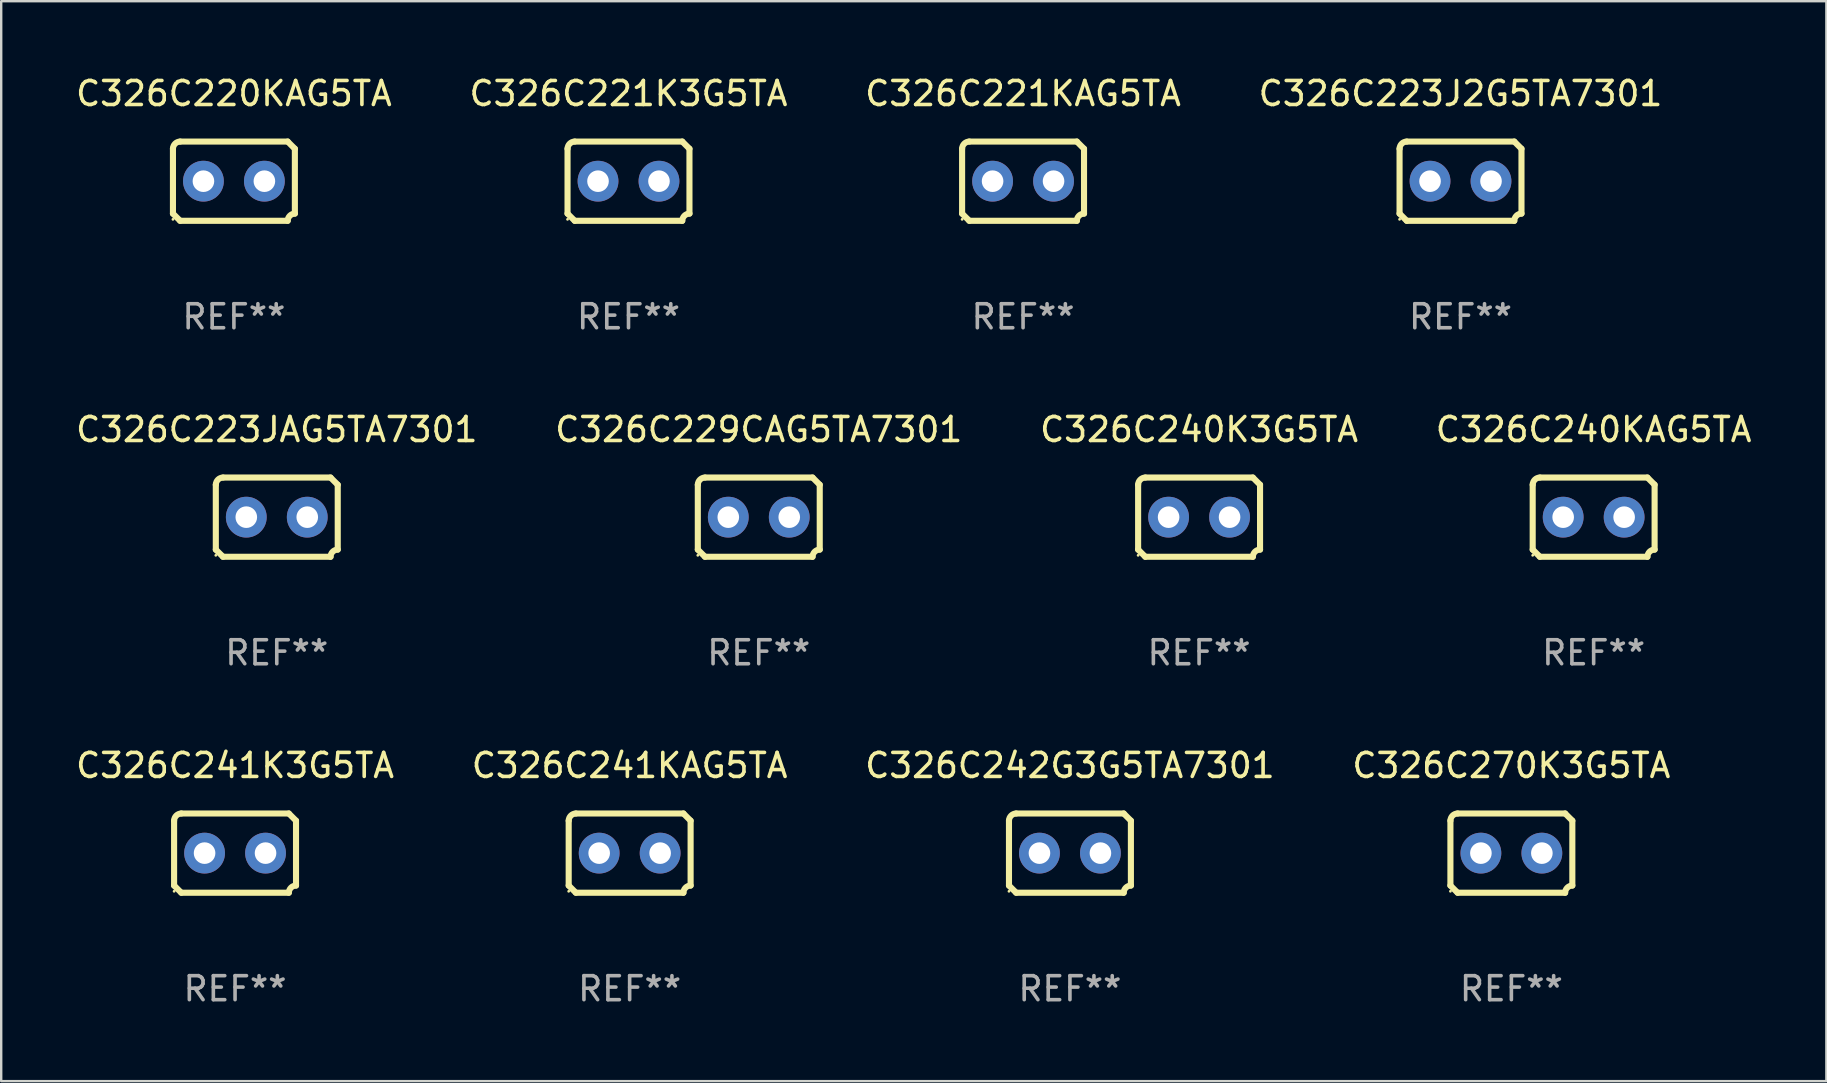
<source format=kicad_pcb>
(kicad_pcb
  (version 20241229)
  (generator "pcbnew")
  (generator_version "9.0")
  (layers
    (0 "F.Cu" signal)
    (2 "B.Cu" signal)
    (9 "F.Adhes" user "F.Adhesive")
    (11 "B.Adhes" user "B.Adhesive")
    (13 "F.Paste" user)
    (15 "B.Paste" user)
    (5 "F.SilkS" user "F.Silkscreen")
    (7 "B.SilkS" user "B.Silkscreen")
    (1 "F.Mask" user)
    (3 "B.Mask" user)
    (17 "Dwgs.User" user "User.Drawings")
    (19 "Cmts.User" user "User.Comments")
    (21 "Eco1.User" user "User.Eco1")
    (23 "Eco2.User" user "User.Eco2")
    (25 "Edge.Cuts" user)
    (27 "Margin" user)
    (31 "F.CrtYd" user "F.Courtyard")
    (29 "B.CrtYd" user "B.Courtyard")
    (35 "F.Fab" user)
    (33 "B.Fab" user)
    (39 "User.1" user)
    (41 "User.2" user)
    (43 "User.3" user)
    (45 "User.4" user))
  (footprint "C326C240KAG5TA"
    (layer "F.Cu")
    (at 63.351 18.498)
    (property "Reference" "C326C240KAG5TA" (at 0 -3.651 0) (layer "F.SilkS") (effects (font (size 1 1) (thickness 0.15))))
    (attr through_hole)
    (fp_line (start -2.54 -1.351) (end -2.54 1.351) (stroke (width 0.254) (type solid)) (layer "F.SilkS"))
    (fp_line (start -2.24 -1.651) (end 2.24 -1.651) (stroke (width 0.254) (type solid)) (layer "F.SilkS"))
    (fp_line (start 2.24 1.651) (end -2.24 1.651) (stroke (width 0.254) (type solid)) (layer "F.SilkS"))
    (fp_line (start 2.54 1.351) (end 2.54 -1.351) (stroke (width 0.254) (type solid)) (layer "F.SilkS"))
    (fp_arc (start -2.540005 -1.351283) (mid -2.450115 -1.561309) (end -2.240005 -1.651003) (stroke (width 0.254001) (type solid)) (layer "F.SilkS"))
    (fp_arc (start -2.240287 1.651001) (mid -2.390163 1.501019) (end -2.540005 1.351003) (stroke (width 0.254001) (type solid)) (layer "F.SilkS"))
    (fp_arc (start 2.240005 1.651003) (mid 2.329934 1.441015) (end 2.540005 1.351282) (stroke (width 0.254001) (type solid)) (layer "F.SilkS"))
    (fp_arc (start 2.540005 -1.351003) (mid 2.389393 -1.500252) (end 2.240284 -1.651003) (stroke (width 0.254001) (type solid)) (layer "F.SilkS"))
    (fp_circle (center -2.54 1.59) (end -2.51 1.59) (stroke (width 0.06) (type solid)) (fill no) (layer "F.SilkS"))
    (fp_text user "REF**" (at 0 5.651 0) (layer "F.Fab") (effects (font (size 1 1) (thickness 0.15))))
    (pad "1" thru_hole circle (at -1.27 0) (size 1.7 1.7) (drill 0.9) (layers "*.Cu" "*.Mask"))
    (pad "2" thru_hole circle (at 1.27 0) (size 1.7 1.7) (drill 0.9) (layers "*.Cu" "*.Mask")))
  (footprint "C326C221K3G5TA"
    (layer "F.Cu")
    (at 23.137 4.499)
    (property "Reference" "C326C221K3G5TA" (at 0 -3.651 0) (layer "F.SilkS") (effects (font (size 1 1) (thickness 0.15))))
    (attr through_hole)
    (fp_line (start -2.54 -1.351) (end -2.54 1.351) (stroke (width 0.254) (type solid)) (layer "F.SilkS"))
    (fp_line (start -2.24 -1.651) (end 2.24 -1.651) (stroke (width 0.254) (type solid)) (layer "F.SilkS"))
    (fp_line (start 2.24 1.651) (end -2.24 1.651) (stroke (width 0.254) (type solid)) (layer "F.SilkS"))
    (fp_line (start 2.54 1.351) (end 2.54 -1.351) (stroke (width 0.254) (type solid)) (layer "F.SilkS"))
    (fp_arc (start -2.540005 -1.351283) (mid -2.450115 -1.561309) (end -2.240005 -1.651003) (stroke (width 0.254001) (type solid)) (layer "F.SilkS"))
    (fp_arc (start -2.240287 1.651001) (mid -2.390163 1.501019) (end -2.540005 1.351003) (stroke (width 0.254001) (type solid)) (layer "F.SilkS"))
    (fp_arc (start 2.240005 1.651003) (mid 2.329934 1.441015) (end 2.540005 1.351282) (stroke (width 0.254001) (type solid)) (layer "F.SilkS"))
    (fp_arc (start 2.540005 -1.351003) (mid 2.389393 -1.500252) (end 2.240284 -1.651003) (stroke (width 0.254001) (type solid)) (layer "F.SilkS"))
    (fp_circle (center -2.54 1.59) (end -2.51 1.59) (stroke (width 0.06) (type solid)) (fill no) (layer "F.SilkS"))
    (fp_text user "REF**" (at 0 5.651 0) (layer "F.Fab") (effects (font (size 1 1) (thickness 0.15))))
    (pad "1" thru_hole circle (at -1.27 0) (size 1.7 1.7) (drill 0.9) (layers "*.Cu" "*.Mask"))
    (pad "2" thru_hole circle (at 1.27 0) (size 1.7 1.7) (drill 0.9) (layers "*.Cu" "*.Mask")))
  (footprint "C326C241K3G5TA"
    (layer "F.Cu")
    (at 6.744 32.496)
    (property "Reference" "C326C241K3G5TA" (at 0 -3.651 0) (layer "F.SilkS") (effects (font (size 1 1) (thickness 0.15))))
    (attr through_hole)
    (fp_line (start -2.54 -1.351) (end -2.54 1.351) (stroke (width 0.254) (type solid)) (layer "F.SilkS"))
    (fp_line (start -2.24 -1.651) (end 2.24 -1.651) (stroke (width 0.254) (type solid)) (layer "F.SilkS"))
    (fp_line (start 2.24 1.651) (end -2.24 1.651) (stroke (width 0.254) (type solid)) (layer "F.SilkS"))
    (fp_line (start 2.54 1.351) (end 2.54 -1.351) (stroke (width 0.254) (type solid)) (layer "F.SilkS"))
    (fp_arc (start -2.540005 -1.351283) (mid -2.450115 -1.561309) (end -2.240005 -1.651003) (stroke (width 0.254001) (type solid)) (layer "F.SilkS"))
    (fp_arc (start -2.240287 1.651001) (mid -2.390163 1.501019) (end -2.540005 1.351003) (stroke (width 0.254001) (type solid)) (layer "F.SilkS"))
    (fp_arc (start 2.240005 1.651003) (mid 2.329934 1.441015) (end 2.540005 1.351282) (stroke (width 0.254001) (type solid)) (layer "F.SilkS"))
    (fp_arc (start 2.540005 -1.351003) (mid 2.389393 -1.500252) (end 2.240284 -1.651003) (stroke (width 0.254001) (type solid)) (layer "F.SilkS"))
    (fp_circle (center -2.54 1.59) (end -2.51 1.59) (stroke (width 0.06) (type solid)) (fill no) (layer "F.SilkS"))
    (fp_text user "REF**" (at 0 5.651 0) (layer "F.Fab") (effects (font (size 1 1) (thickness 0.15))))
    (pad "1" thru_hole circle (at -1.27 0) (size 1.7 1.7) (drill 0.9) (layers "*.Cu" "*.Mask"))
    (pad "2" thru_hole circle (at 1.27 0) (size 1.7 1.7) (drill 0.9) (layers "*.Cu" "*.Mask")))
  (footprint "C326C221KAG5TA"
    (layer "F.Cu")
    (at 39.577 4.499)
    (property "Reference" "C326C221KAG5TA" (at 0 -3.651 0) (layer "F.SilkS") (effects (font (size 1 1) (thickness 0.15))))
    (attr through_hole)
    (fp_line (start -2.54 -1.351) (end -2.54 1.351) (stroke (width 0.254) (type solid)) (layer "F.SilkS"))
    (fp_line (start -2.24 -1.651) (end 2.24 -1.651) (stroke (width 0.254) (type solid)) (layer "F.SilkS"))
    (fp_line (start 2.24 1.651) (end -2.24 1.651) (stroke (width 0.254) (type solid)) (layer "F.SilkS"))
    (fp_line (start 2.54 1.351) (end 2.54 -1.351) (stroke (width 0.254) (type solid)) (layer "F.SilkS"))
    (fp_arc (start -2.540005 -1.351283) (mid -2.450115 -1.561309) (end -2.240005 -1.651003) (stroke (width 0.254001) (type solid)) (layer "F.SilkS"))
    (fp_arc (start -2.240287 1.651001) (mid -2.390163 1.501019) (end -2.540005 1.351003) (stroke (width 0.254001) (type solid)) (layer "F.SilkS"))
    (fp_arc (start 2.240005 1.651003) (mid 2.329934 1.441015) (end 2.540005 1.351282) (stroke (width 0.254001) (type solid)) (layer "F.SilkS"))
    (fp_arc (start 2.540005 -1.351003) (mid 2.389393 -1.500252) (end 2.240284 -1.651003) (stroke (width 0.254001) (type solid)) (layer "F.SilkS"))
    (fp_circle (center -2.54 1.59) (end -2.51 1.59) (stroke (width 0.06) (type solid)) (fill no) (layer "F.SilkS"))
    (fp_text user "REF**" (at 0 5.651 0) (layer "F.Fab") (effects (font (size 1 1) (thickness 0.15))))
    (pad "1" thru_hole circle (at -1.27 0) (size 1.7 1.7) (drill 0.9) (layers "*.Cu" "*.Mask"))
    (pad "2" thru_hole circle (at 1.27 0) (size 1.7 1.7) (drill 0.9) (layers "*.Cu" "*.Mask")))
  (footprint "C326C241KAG5TA"
    (layer "F.Cu")
    (at 23.185 32.496)
    (property "Reference" "C326C241KAG5TA" (at 0 -3.651 0) (layer "F.SilkS") (effects (font (size 1 1) (thickness 0.15))))
    (attr through_hole)
    (fp_line (start -2.54 -1.351) (end -2.54 1.351) (stroke (width 0.254) (type solid)) (layer "F.SilkS"))
    (fp_line (start -2.24 -1.651) (end 2.24 -1.651) (stroke (width 0.254) (type solid)) (layer "F.SilkS"))
    (fp_line (start 2.24 1.651) (end -2.24 1.651) (stroke (width 0.254) (type solid)) (layer "F.SilkS"))
    (fp_line (start 2.54 1.351) (end 2.54 -1.351) (stroke (width 0.254) (type solid)) (layer "F.SilkS"))
    (fp_arc (start -2.540005 -1.351283) (mid -2.450115 -1.561309) (end -2.240005 -1.651003) (stroke (width 0.254001) (type solid)) (layer "F.SilkS"))
    (fp_arc (start -2.240287 1.651001) (mid -2.390163 1.501019) (end -2.540005 1.351003) (stroke (width 0.254001) (type solid)) (layer "F.SilkS"))
    (fp_arc (start 2.240005 1.651003) (mid 2.329934 1.441015) (end 2.540005 1.351282) (stroke (width 0.254001) (type solid)) (layer "F.SilkS"))
    (fp_arc (start 2.540005 -1.351003) (mid 2.389393 -1.500252) (end 2.240284 -1.651003) (stroke (width 0.254001) (type solid)) (layer "F.SilkS"))
    (fp_circle (center -2.54 1.59) (end -2.51 1.59) (stroke (width 0.06) (type solid)) (fill no) (layer "F.SilkS"))
    (fp_text user "REF**" (at 0 5.651 0) (layer "F.Fab") (effects (font (size 1 1) (thickness 0.15))))
    (pad "1" thru_hole circle (at -1.27 0) (size 1.7 1.7) (drill 0.9) (layers "*.Cu" "*.Mask"))
    (pad "2" thru_hole circle (at 1.27 0) (size 1.7 1.7) (drill 0.9) (layers "*.Cu" "*.Mask")))
  (footprint "C326C229CAG5TA7301"
    (layer "F.Cu")
    (at 28.565 18.498)
    (property "Reference" "C326C229CAG5TA7301" (at 0 -3.651 0) (layer "F.SilkS") (effects (font (size 1 1) (thickness 0.15))))
    (attr through_hole)
    (fp_line (start -2.54 -1.351) (end -2.54 1.351) (stroke (width 0.254) (type solid)) (layer "F.SilkS"))
    (fp_line (start -2.24 -1.651) (end 2.24 -1.651) (stroke (width 0.254) (type solid)) (layer "F.SilkS"))
    (fp_line (start 2.24 1.651) (end -2.24 1.651) (stroke (width 0.254) (type solid)) (layer "F.SilkS"))
    (fp_line (start 2.54 1.351) (end 2.54 -1.351) (stroke (width 0.254) (type solid)) (layer "F.SilkS"))
    (fp_arc (start -2.540005 -1.351283) (mid -2.450115 -1.561309) (end -2.240005 -1.651003) (stroke (width 0.254001) (type solid)) (layer "F.SilkS"))
    (fp_arc (start -2.240287 1.651001) (mid -2.390163 1.501019) (end -2.540005 1.351003) (stroke (width 0.254001) (type solid)) (layer "F.SilkS"))
    (fp_arc (start 2.240005 1.651003) (mid 2.329934 1.441015) (end 2.540005 1.351282) (stroke (width 0.254001) (type solid)) (layer "F.SilkS"))
    (fp_arc (start 2.540005 -1.351003) (mid 2.389393 -1.500252) (end 2.240284 -1.651003) (stroke (width 0.254001) (type solid)) (layer "F.SilkS"))
    (fp_circle (center -2.54 1.59) (end -2.51 1.59) (stroke (width 0.06) (type solid)) (fill no) (layer "F.SilkS"))
    (fp_text user "REF**" (at 0 5.651 0) (layer "F.Fab") (effects (font (size 1 1) (thickness 0.15))))
    (pad "1" thru_hole circle (at -1.27 0) (size 1.7 1.7) (drill 0.9) (layers "*.Cu" "*.Mask"))
    (pad "2" thru_hole circle (at 1.27 0) (size 1.7 1.7) (drill 0.9) (layers "*.Cu" "*.Mask")))
  (footprint "C326C223J2G5TA7301"
    (layer "F.Cu")
    (at 57.804 4.499)
    (property "Reference" "C326C223J2G5TA7301" (at 0 -3.651 0) (layer "F.SilkS") (effects (font (size 1 1) (thickness 0.15))))
    (attr through_hole)
    (fp_line (start -2.54 -1.351) (end -2.54 1.351) (stroke (width 0.254) (type solid)) (layer "F.SilkS"))
    (fp_line (start -2.24 -1.651) (end 2.24 -1.651) (stroke (width 0.254) (type solid)) (layer "F.SilkS"))
    (fp_line (start 2.24 1.651) (end -2.24 1.651) (stroke (width 0.254) (type solid)) (layer "F.SilkS"))
    (fp_line (start 2.54 1.351) (end 2.54 -1.351) (stroke (width 0.254) (type solid)) (layer "F.SilkS"))
    (fp_arc (start -2.540005 -1.351283) (mid -2.450115 -1.561309) (end -2.240005 -1.651003) (stroke (width 0.254001) (type solid)) (layer "F.SilkS"))
    (fp_arc (start -2.240287 1.651001) (mid -2.390163 1.501019) (end -2.540005 1.351003) (stroke (width 0.254001) (type solid)) (layer "F.SilkS"))
    (fp_arc (start 2.240005 1.651003) (mid 2.329934 1.441015) (end 2.540005 1.351282) (stroke (width 0.254001) (type solid)) (layer "F.SilkS"))
    (fp_arc (start 2.540005 -1.351003) (mid 2.389393 -1.500252) (end 2.240284 -1.651003) (stroke (width 0.254001) (type solid)) (layer "F.SilkS"))
    (fp_circle (center -2.54 1.59) (end -2.51 1.59) (stroke (width 0.06) (type solid)) (fill no) (layer "F.SilkS"))
    (fp_text user "REF**" (at 0 5.651 0) (layer "F.Fab") (effects (font (size 1 1) (thickness 0.15))))
    (pad "1" thru_hole circle (at -1.27 0) (size 1.7 1.7) (drill 0.9) (layers "*.Cu" "*.Mask"))
    (pad "2" thru_hole circle (at 1.27 0) (size 1.7 1.7) (drill 0.9) (layers "*.Cu" "*.Mask")))
  (footprint "C326C240K3G5TA"
    (layer "F.Cu")
    (at 46.911 18.498)
    (property "Reference" "C326C240K3G5TA" (at 0 -3.651 0) (layer "F.SilkS") (effects (font (size 1 1) (thickness 0.15))))
    (attr through_hole)
    (fp_line (start -2.54 -1.351) (end -2.54 1.351) (stroke (width 0.254) (type solid)) (layer "F.SilkS"))
    (fp_line (start -2.24 -1.651) (end 2.24 -1.651) (stroke (width 0.254) (type solid)) (layer "F.SilkS"))
    (fp_line (start 2.24 1.651) (end -2.24 1.651) (stroke (width 0.254) (type solid)) (layer "F.SilkS"))
    (fp_line (start 2.54 1.351) (end 2.54 -1.351) (stroke (width 0.254) (type solid)) (layer "F.SilkS"))
    (fp_arc (start -2.540005 -1.351283) (mid -2.450115 -1.561309) (end -2.240005 -1.651003) (stroke (width 0.254001) (type solid)) (layer "F.SilkS"))
    (fp_arc (start -2.240287 1.651001) (mid -2.390163 1.501019) (end -2.540005 1.351003) (stroke (width 0.254001) (type solid)) (layer "F.SilkS"))
    (fp_arc (start 2.240005 1.651003) (mid 2.329934 1.441015) (end 2.540005 1.351282) (stroke (width 0.254001) (type solid)) (layer "F.SilkS"))
    (fp_arc (start 2.540005 -1.351003) (mid 2.389393 -1.500252) (end 2.240284 -1.651003) (stroke (width 0.254001) (type solid)) (layer "F.SilkS"))
    (fp_circle (center -2.54 1.59) (end -2.51 1.59) (stroke (width 0.06) (type solid)) (fill no) (layer "F.SilkS"))
    (fp_text user "REF**" (at 0 5.651 0) (layer "F.Fab") (effects (font (size 1 1) (thickness 0.15))))
    (pad "1" thru_hole circle (at -1.27 0) (size 1.7 1.7) (drill 0.9) (layers "*.Cu" "*.Mask"))
    (pad "2" thru_hole circle (at 1.27 0) (size 1.7 1.7) (drill 0.9) (layers "*.Cu" "*.Mask")))
  (footprint "C326C242G3G5TA7301"
    (layer "F.Cu")
    (at 41.53 32.496)
    (property "Reference" "C326C242G3G5TA7301" (at 0 -3.651 0) (layer "F.SilkS") (effects (font (size 1 1) (thickness 0.15))))
    (attr through_hole)
    (fp_line (start -2.54 -1.351) (end -2.54 1.351) (stroke (width 0.254) (type solid)) (layer "F.SilkS"))
    (fp_line (start -2.24 -1.651) (end 2.24 -1.651) (stroke (width 0.254) (type solid)) (layer "F.SilkS"))
    (fp_line (start 2.24 1.651) (end -2.24 1.651) (stroke (width 0.254) (type solid)) (layer "F.SilkS"))
    (fp_line (start 2.54 1.351) (end 2.54 -1.351) (stroke (width 0.254) (type solid)) (layer "F.SilkS"))
    (fp_arc (start -2.540005 -1.351283) (mid -2.450115 -1.561309) (end -2.240005 -1.651003) (stroke (width 0.254001) (type solid)) (layer "F.SilkS"))
    (fp_arc (start -2.240287 1.651001) (mid -2.390163 1.501019) (end -2.540005 1.351003) (stroke (width 0.254001) (type solid)) (layer "F.SilkS"))
    (fp_arc (start 2.240005 1.651003) (mid 2.329934 1.441015) (end 2.540005 1.351282) (stroke (width 0.254001) (type solid)) (layer "F.SilkS"))
    (fp_arc (start 2.540005 -1.351003) (mid 2.389393 -1.500252) (end 2.240284 -1.651003) (stroke (width 0.254001) (type solid)) (layer "F.SilkS"))
    (fp_circle (center -2.54 1.59) (end -2.51 1.59) (stroke (width 0.06) (type solid)) (fill no) (layer "F.SilkS"))
    (fp_text user "REF**" (at 0 5.651 0) (layer "F.Fab") (effects (font (size 1 1) (thickness 0.15))))
    (pad "1" thru_hole circle (at -1.27 0) (size 1.7 1.7) (drill 0.9) (layers "*.Cu" "*.Mask"))
    (pad "2" thru_hole circle (at 1.27 0) (size 1.7 1.7) (drill 0.9) (layers "*.Cu" "*.Mask")))
  (footprint "C326C223JAG5TA7301"
    (layer "F.Cu")
    (at 8.482 18.498)
    (property "Reference" "C326C223JAG5TA7301" (at 0 -3.651 0) (layer "F.SilkS") (effects (font (size 1 1) (thickness 0.15))))
    (attr through_hole)
    (fp_line (start -2.54 -1.351) (end -2.54 1.351) (stroke (width 0.254) (type solid)) (layer "F.SilkS"))
    (fp_line (start -2.24 -1.651) (end 2.24 -1.651) (stroke (width 0.254) (type solid)) (layer "F.SilkS"))
    (fp_line (start 2.24 1.651) (end -2.24 1.651) (stroke (width 0.254) (type solid)) (layer "F.SilkS"))
    (fp_line (start 2.54 1.351) (end 2.54 -1.351) (stroke (width 0.254) (type solid)) (layer "F.SilkS"))
    (fp_arc (start -2.540005 -1.351283) (mid -2.450115 -1.561309) (end -2.240005 -1.651003) (stroke (width 0.254001) (type solid)) (layer "F.SilkS"))
    (fp_arc (start -2.240287 1.651001) (mid -2.390163 1.501019) (end -2.540005 1.351003) (stroke (width 0.254001) (type solid)) (layer "F.SilkS"))
    (fp_arc (start 2.240005 1.651003) (mid 2.329934 1.441015) (end 2.540005 1.351282) (stroke (width 0.254001) (type solid)) (layer "F.SilkS"))
    (fp_arc (start 2.540005 -1.351003) (mid 2.389393 -1.500252) (end 2.240284 -1.651003) (stroke (width 0.254001) (type solid)) (layer "F.SilkS"))
    (fp_circle (center -2.54 1.59) (end -2.51 1.59) (stroke (width 0.06) (type solid)) (fill no) (layer "F.SilkS"))
    (fp_text user "REF**" (at 0 5.651 0) (layer "F.Fab") (effects (font (size 1 1) (thickness 0.15))))
    (pad "1" thru_hole circle (at -1.27 0) (size 1.7 1.7) (drill 0.9) (layers "*.Cu" "*.Mask"))
    (pad "2" thru_hole circle (at 1.27 0) (size 1.7 1.7) (drill 0.9) (layers "*.Cu" "*.Mask")))
  (footprint "C326C220KAG5TA"
    (layer "F.Cu")
    (at 6.696 4.499)
    (property "Reference" "C326C220KAG5TA" (at 0 -3.651 0) (layer "F.SilkS") (effects (font (size 1 1) (thickness 0.15))))
    (attr through_hole)
    (fp_line (start -2.54 -1.351) (end -2.54 1.351) (stroke (width 0.254) (type solid)) (layer "F.SilkS"))
    (fp_line (start -2.24 -1.651) (end 2.24 -1.651) (stroke (width 0.254) (type solid)) (layer "F.SilkS"))
    (fp_line (start 2.24 1.651) (end -2.24 1.651) (stroke (width 0.254) (type solid)) (layer "F.SilkS"))
    (fp_line (start 2.54 1.351) (end 2.54 -1.351) (stroke (width 0.254) (type solid)) (layer "F.SilkS"))
    (fp_arc (start -2.540005 -1.351283) (mid -2.450115 -1.561309) (end -2.240005 -1.651003) (stroke (width 0.254001) (type solid)) (layer "F.SilkS"))
    (fp_arc (start -2.240287 1.651001) (mid -2.390163 1.501019) (end -2.540005 1.351003) (stroke (width 0.254001) (type solid)) (layer "F.SilkS"))
    (fp_arc (start 2.240005 1.651003) (mid 2.329934 1.441015) (end 2.540005 1.351282) (stroke (width 0.254001) (type solid)) (layer "F.SilkS"))
    (fp_arc (start 2.540005 -1.351003) (mid 2.389393 -1.500252) (end 2.240284 -1.651003) (stroke (width 0.254001) (type solid)) (layer "F.SilkS"))
    (fp_circle (center -2.54 1.59) (end -2.51 1.59) (stroke (width 0.06) (type solid)) (fill no) (layer "F.SilkS"))
    (fp_text user "REF**" (at 0 5.651 0) (layer "F.Fab") (effects (font (size 1 1) (thickness 0.15))))
    (pad "1" thru_hole circle (at -1.27 0) (size 1.7 1.7) (drill 0.9) (layers "*.Cu" "*.Mask"))
    (pad "2" thru_hole circle (at 1.27 0) (size 1.7 1.7) (drill 0.9) (layers "*.Cu" "*.Mask")))
  (footprint "C326C270K3G5TA"
    (layer "F.Cu")
    (at 59.923 32.496)
    (property "Reference" "C326C270K3G5TA" (at 0 -3.651 0) (layer "F.SilkS") (effects (font (size 1 1) (thickness 0.15))))
    (attr through_hole)
    (fp_line (start -2.54 -1.351) (end -2.54 1.351) (stroke (width 0.254) (type solid)) (layer "F.SilkS"))
    (fp_line (start -2.24 -1.651) (end 2.24 -1.651) (stroke (width 0.254) (type solid)) (layer "F.SilkS"))
    (fp_line (start 2.24 1.651) (end -2.24 1.651) (stroke (width 0.254) (type solid)) (layer "F.SilkS"))
    (fp_line (start 2.54 1.351) (end 2.54 -1.351) (stroke (width 0.254) (type solid)) (layer "F.SilkS"))
    (fp_arc (start -2.540005 -1.351283) (mid -2.450115 -1.561309) (end -2.240005 -1.651003) (stroke (width 0.254001) (type solid)) (layer "F.SilkS"))
    (fp_arc (start -2.240287 1.651001) (mid -2.390163 1.501019) (end -2.540005 1.351003) (stroke (width 0.254001) (type solid)) (layer "F.SilkS"))
    (fp_arc (start 2.240005 1.651003) (mid 2.329934 1.441015) (end 2.540005 1.351282) (stroke (width 0.254001) (type solid)) (layer "F.SilkS"))
    (fp_arc (start 2.540005 -1.351003) (mid 2.389393 -1.500252) (end 2.240284 -1.651003) (stroke (width 0.254001) (type solid)) (layer "F.SilkS"))
    (fp_circle (center -2.54 1.59) (end -2.51 1.59) (stroke (width 0.06) (type solid)) (fill no) (layer "F.SilkS"))
    (fp_text user "REF**" (at 0 5.651 0) (layer "F.Fab") (effects (font (size 1 1) (thickness 0.15))))
    (pad "1" thru_hole circle (at -1.27 0) (size 1.7 1.7) (drill 0.9) (layers "*.Cu" "*.Mask"))
    (pad "2" thru_hole circle (at 1.27 0) (size 1.7 1.7) (drill 0.9) (layers "*.Cu" "*.Mask")))
  (gr_rect
    (start -3 -3)
    (end 73.048 41.996)
    (stroke (width 0.1) (type default))
    (fill no)
    (layer "Edge.Cuts")))
</source>
